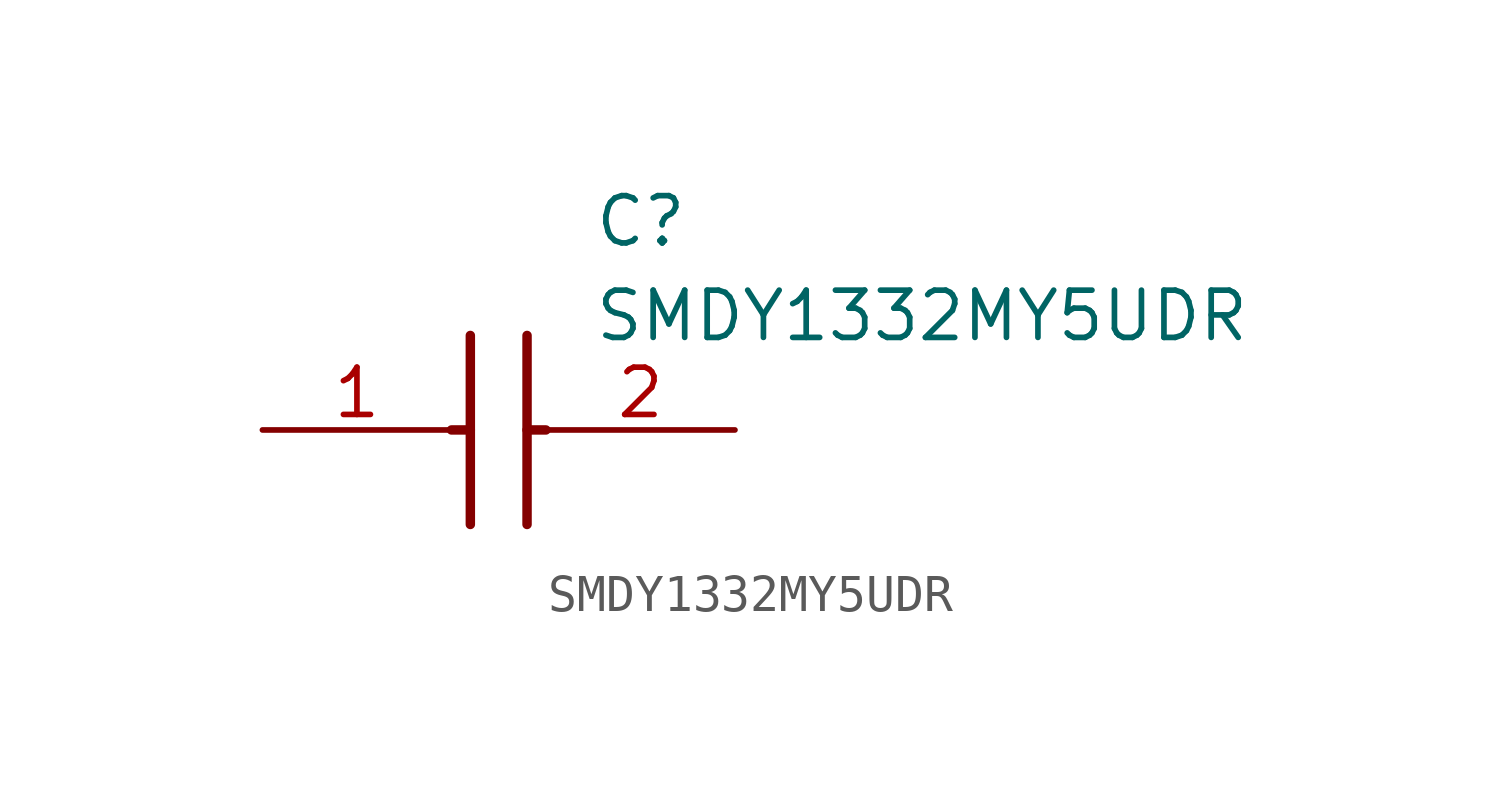
<source format=kicad_sym>
(kicad_symbol_lib
  (version 20211014)
  (generator SamacSys_ECAD_Model)
  (symbol "SMDY1332MY5UDR"
    (pin_names hide)
    (property "Reference" "C"
      (at 8.89 6.35 0)
      (effects (font (size 1.27 1.27)) (justify left top)))
    (property "Value" "SMDY1332MY5UDR"
      (at 8.89 3.81 0)
      (effects (font (size 1.27 1.27)) (justify left top)))
    (polyline
      (pts (xy 5.588 2.54) (xy 5.588 -2.54))
      (stroke (width 0.254) (type default))
      (fill (type none)))
    (polyline
      (pts (xy 7.112 2.54) (xy 7.112 -2.54))
      (stroke (width 0.254) (type default))
      (fill (type none)))
    (polyline
      (pts (xy 5.08 0) (xy 5.588 0))
      (stroke (width 0.254) (type default))
      (fill (type none)))
    (polyline
      (pts (xy 7.112 0) (xy 7.62 0))
      (stroke (width 0.254) (type default))
      (fill (type none)))
    (pin passive line
      (at 0 0 0)
      (length 5.08)
      (name "1" (effects (font (size 1.27 1.27))))
      (number "1" (effects (font (size 1.27 1.27)))))
    (pin passive line
      (at 12.7 0 180)
      (length 5.08)
      (name "2" (effects (font (size 1.27 1.27))))
      (number "2" (effects (font (size 1.27 1.27)))))))
</source>
